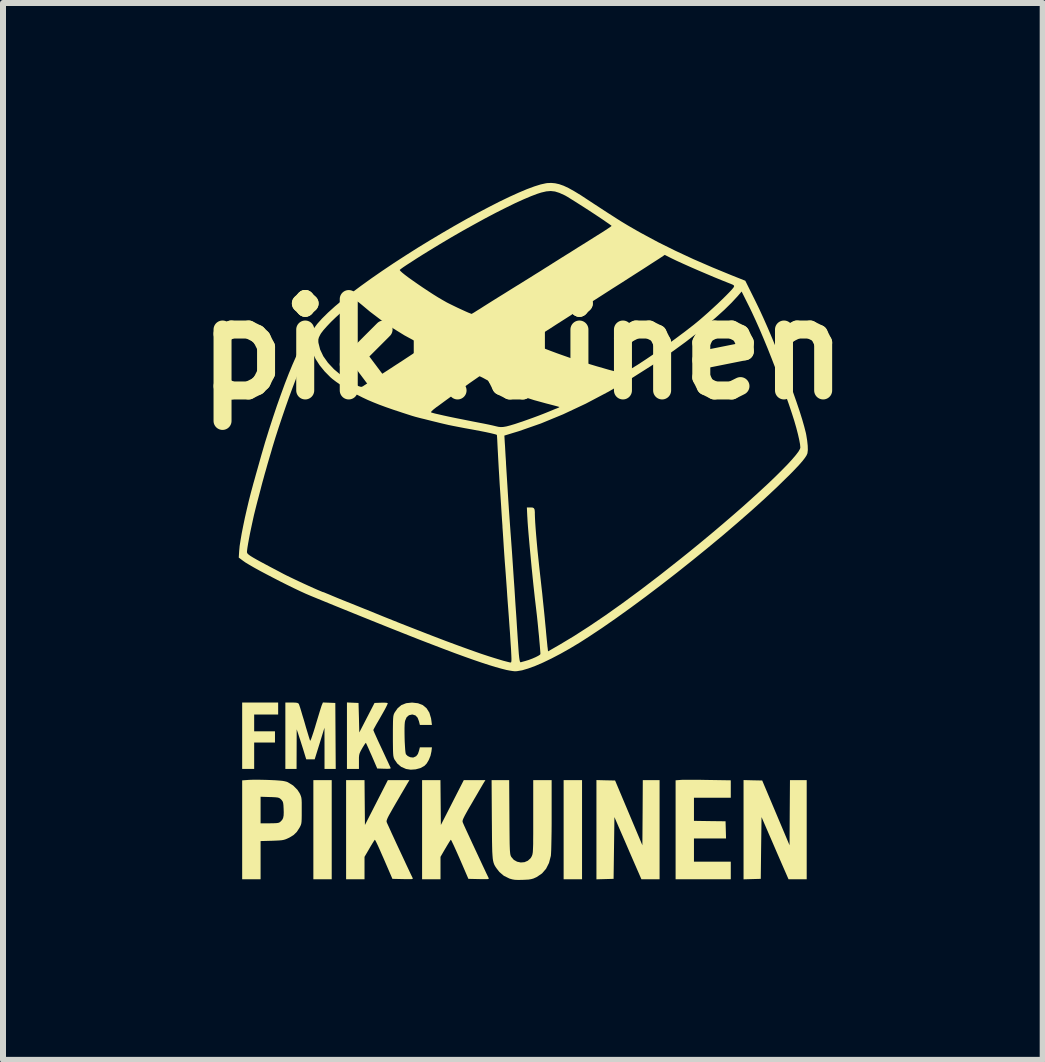
<source format=kicad_pcb>
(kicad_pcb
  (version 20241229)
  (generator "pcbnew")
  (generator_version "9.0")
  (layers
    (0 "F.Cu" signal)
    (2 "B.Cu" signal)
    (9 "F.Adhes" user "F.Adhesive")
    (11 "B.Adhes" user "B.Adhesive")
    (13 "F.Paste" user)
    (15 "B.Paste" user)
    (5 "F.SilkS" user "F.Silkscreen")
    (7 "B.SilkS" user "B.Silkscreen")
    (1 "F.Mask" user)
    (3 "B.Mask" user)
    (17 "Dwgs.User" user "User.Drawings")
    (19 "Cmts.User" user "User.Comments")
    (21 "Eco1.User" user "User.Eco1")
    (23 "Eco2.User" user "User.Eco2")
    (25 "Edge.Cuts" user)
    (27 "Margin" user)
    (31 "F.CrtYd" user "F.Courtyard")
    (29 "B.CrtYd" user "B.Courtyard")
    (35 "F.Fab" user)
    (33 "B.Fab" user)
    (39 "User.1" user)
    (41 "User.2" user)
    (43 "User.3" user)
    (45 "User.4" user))
  (footprint "pikkuinen"
    (layer "F.Cu")
    (at 5.668 2.771)
    (property "Reference" "pikkuinen" (at 0 0 0) (layer "F.SilkS") (effects (font (size 1.524 1.524) (thickness 0.3))))
    (attr board_only exclude_from_pos_files exclude_from_bom)
    (fp_poly (pts (xy -3.187 8.84) (xy -3.493 8.84) (xy -3.493 7.187) (xy -3.187 7.187)) (stroke (width 0) (type solid)) (fill yes) (layer "F.SilkS"))
    (fp_poly (pts (xy 0.987 8.84) (xy 0.68 8.84) (xy 0.68 7.187) (xy 0.987 7.187)) (stroke (width 0) (type solid)) (fill yes) (layer "F.SilkS"))
    (fp_poly (pts (xy -4.08 6.093) (xy -4.48 6.093) (xy -4.48 6.373) (xy -4.133 6.373) (xy -4.133 6.56) (xy -4.48 6.56) (xy -4.48 7) (xy -4.68 7) (xy -4.68 5.893) (xy -4.08 5.893)) (stroke (width 0) (type solid)) (fill yes) (layer "F.SilkS"))
    (fp_poly (pts (xy 3.836 7.19) (xy 3.991 7.193) (xy 4.447 8.273) (xy 4.45 7.73) (xy 4.454 7.187) (xy 4.733 7.187) (xy 4.733 8.84) (xy 4.43 8.84) (xy 4.324 8.597) (xy 4.284 8.505) (xy 4.237 8.397) (xy 4.188 8.283) (xy 4.14 8.172) (xy 4.099 8.078) (xy 3.98 7.803) (xy 3.973 8.318) (xy 3.967 8.833) (xy 3.68 8.841) (xy 3.68 7.186)) (stroke (width 0) (type solid)) (fill yes) (layer "F.SilkS"))
    (fp_poly (pts (xy 1.382 7.19) (xy 1.538 7.193) (xy 1.993 8.273) (xy 1.997 7.73) (xy 2 7.187) (xy 2.28 7.187) (xy 2.28 8.84) (xy 1.977 8.84) (xy 1.871 8.597) (xy 1.831 8.505) (xy 1.784 8.397) (xy 1.735 8.283) (xy 1.687 8.172) (xy 1.646 8.078) (xy 1.527 7.803) (xy 1.52 8.318) (xy 1.513 8.833) (xy 1.37 8.837) (xy 1.227 8.841) (xy 1.227 7.186)) (stroke (width 0) (type solid)) (fill yes) (layer "F.SilkS"))
    (fp_poly (pts (xy 2.873 7.181) (xy 2.97 7.182) (xy 3.073 7.184) (xy 3.083 7.184) (xy 3.467 7.19) (xy 3.467 7.48) (xy 2.853 7.48) (xy 2.853 7.866) (xy 3.117 7.87) (xy 3.38 7.873) (xy 3.388 8.16) (xy 2.853 8.16) (xy 2.853 8.547) (xy 3.467 8.547) (xy 3.467 8.84) (xy 2.547 8.84) (xy 2.547 7.19) (xy 2.623 7.184) (xy 2.656 7.182) (xy 2.711 7.181) (xy 2.785 7.181)) (stroke (width 0) (type solid)) (fill yes) (layer "F.SilkS"))
    (fp_poly (pts (xy -3.127 5.9) (xy -3.12 7) (xy -3.307 7) (xy -3.307 6.657) (xy -3.308 6.313) (xy -3.389 6.577) (xy -3.471 6.84) (xy -3.612 6.84) (xy -3.666 6.663) (xy -3.689 6.591) (xy -3.711 6.521) (xy -3.731 6.461) (xy -3.745 6.417) (xy -3.746 6.413) (xy -3.771 6.34) (xy -3.772 6.67) (xy -3.773 7) (xy -3.96 7) (xy -3.96 5.893) (xy -3.854 5.893) (xy -3.798 5.894) (xy -3.764 5.898) (xy -3.745 5.906) (xy -3.735 5.917) (xy -3.728 5.936) (xy -3.714 5.977) (xy -3.696 6.036) (xy -3.675 6.108) (xy -3.65 6.189) (xy -3.639 6.227) (xy -3.615 6.311) (xy -3.592 6.387) (xy -3.573 6.45) (xy -3.558 6.498) (xy -3.549 6.526) (xy -3.547 6.531) (xy -3.541 6.524) (xy -3.528 6.495) (xy -3.511 6.446) (xy -3.489 6.38) (xy -3.464 6.3) (xy -3.454 6.265) (xy -3.428 6.179) (xy -3.404 6.1) (xy -3.383 6.031) (xy -3.366 5.977) (xy -3.355 5.943) (xy -3.352 5.936) (xy -3.334 5.892)) (stroke (width 0) (type solid)) (fill yes) (layer "F.SilkS"))
    (fp_poly (pts (xy -2.837 5.896) (xy -2.74 5.9) (xy -2.733 6.146) (xy -2.727 6.392) (xy -2.6 6.146) (xy -2.473 5.9) (xy -2.368 5.896) (xy -2.317 5.895) (xy -2.277 5.897) (xy -2.254 5.902) (xy -2.253 5.903) (xy -2.256 5.917) (xy -2.271 5.95) (xy -2.296 5.999) (xy -2.329 6.059) (xy -2.368 6.127) (xy -2.407 6.195) (xy -2.442 6.255) (xy -2.469 6.304) (xy -2.487 6.337) (xy -2.493 6.352) (xy -2.488 6.366) (xy -2.473 6.402) (xy -2.449 6.455) (xy -2.419 6.522) (xy -2.383 6.599) (xy -2.352 6.665) (xy -2.313 6.749) (xy -2.278 6.825) (xy -2.247 6.89) (xy -2.224 6.941) (xy -2.209 6.973) (xy -2.204 6.984) (xy -2.206 6.992) (xy -2.224 6.997) (xy -2.261 6.998) (xy -2.312 6.997) (xy -2.428 6.993) (xy -2.519 6.782) (xy -2.55 6.713) (xy -2.576 6.653) (xy -2.598 6.605) (xy -2.612 6.575) (xy -2.617 6.565) (xy -2.626 6.573) (xy -2.644 6.599) (xy -2.669 6.639) (xy -2.678 6.655) (xy -2.704 6.701) (xy -2.72 6.736) (xy -2.729 6.769) (xy -2.733 6.809) (xy -2.733 6.865) (xy -2.733 6.875) (xy -2.733 7) (xy -2.933 7) (xy -2.933 5.892)) (stroke (width 0) (type solid)) (fill yes) (layer "F.SilkS"))
    (fp_poly (pts (xy -2.633 7.935) (xy -2.442 7.561) (xy -2.251 7.187) (xy -1.891 7.187) (xy -1.917 7.23) (xy -1.931 7.253) (xy -1.956 7.296) (xy -1.99 7.354) (xy -2.032 7.425) (xy -2.077 7.503) (xy -2.113 7.564) (xy -2.165 7.654) (xy -2.205 7.725) (xy -2.235 7.778) (xy -2.255 7.818) (xy -2.266 7.846) (xy -2.272 7.866) (xy -2.272 7.881) (xy -2.269 7.891) (xy -2.261 7.91) (xy -2.243 7.949) (xy -2.217 8.006) (xy -2.185 8.077) (xy -2.147 8.159) (xy -2.106 8.248) (xy -2.063 8.34) (xy -2.019 8.434) (xy -1.977 8.524) (xy -1.938 8.608) (xy -1.903 8.682) (xy -1.874 8.744) (xy -1.852 8.789) (xy -1.84 8.814) (xy -1.839 8.816) (xy -1.835 8.826) (xy -1.838 8.833) (xy -1.852 8.837) (xy -1.881 8.838) (xy -1.93 8.838) (xy -2 8.837) (xy -2.175 8.833) (xy -2.317 8.504) (xy -2.355 8.418) (xy -2.389 8.34) (xy -2.419 8.274) (xy -2.443 8.224) (xy -2.46 8.191) (xy -2.468 8.181) (xy -2.468 8.181) (xy -2.478 8.194) (xy -2.498 8.225) (xy -2.526 8.271) (xy -2.558 8.325) (xy -2.558 8.326) (xy -2.64 8.466) (xy -2.64 8.84) (xy -2.947 8.84) (xy -2.947 7.187) (xy -2.64 7.187)) (stroke (width 0) (type solid)) (fill yes) (layer "F.SilkS"))
    (fp_poly (pts (xy -1.367 7.935) (xy -1.176 7.561) (xy -0.985 7.187) (xy -0.624 7.187) (xy -0.651 7.23) (xy -0.665 7.253) (xy -0.69 7.296) (xy -0.724 7.354) (xy -0.765 7.425) (xy -0.811 7.503) (xy -0.846 7.564) (xy -0.899 7.654) (xy -0.939 7.725) (xy -0.968 7.778) (xy -0.988 7.818) (xy -1 7.846) (xy -1.005 7.866) (xy -1.005 7.881) (xy -1.002 7.891) (xy -0.994 7.91) (xy -0.977 7.949) (xy -0.951 8.006) (xy -0.918 8.077) (xy -0.88 8.159) (xy -0.839 8.248) (xy -0.796 8.34) (xy -0.752 8.434) (xy -0.71 8.524) (xy -0.671 8.608) (xy -0.636 8.682) (xy -0.607 8.744) (xy -0.585 8.789) (xy -0.573 8.814) (xy -0.572 8.816) (xy -0.568 8.826) (xy -0.571 8.833) (xy -0.585 8.837) (xy -0.615 8.838) (xy -0.663 8.838) (xy -0.733 8.837) (xy -0.908 8.833) (xy -1.05 8.504) (xy -1.088 8.418) (xy -1.123 8.34) (xy -1.153 8.274) (xy -1.177 8.224) (xy -1.193 8.191) (xy -1.201 8.181) (xy -1.201 8.181) (xy -1.211 8.194) (xy -1.231 8.225) (xy -1.259 8.271) (xy -1.291 8.325) (xy -1.292 8.326) (xy -1.373 8.466) (xy -1.373 8.84) (xy -1.68 8.84) (xy -1.68 7.187) (xy -1.374 7.187)) (stroke (width 0) (type solid)) (fill yes) (layer "F.SilkS"))
    (fp_poly (pts (xy -1.748 5.905) (xy -1.668 5.936) (xy -1.605 5.989) (xy -1.559 6.062) (xy -1.531 6.155) (xy -1.525 6.195) (xy -1.516 6.267) (xy -1.717 6.267) (xy -1.732 6.206) (xy -1.755 6.146) (xy -1.789 6.109) (xy -1.835 6.094) (xy -1.847 6.093) (xy -1.899 6.105) (xy -1.938 6.139) (xy -1.962 6.194) (xy -1.967 6.217) (xy -1.971 6.259) (xy -1.973 6.317) (xy -1.973 6.386) (xy -1.972 6.463) (xy -1.97 6.54) (xy -1.966 6.612) (xy -1.962 6.676) (xy -1.957 6.724) (xy -1.951 6.752) (xy -1.95 6.755) (xy -1.92 6.785) (xy -1.877 6.805) (xy -1.832 6.81) (xy -1.821 6.808) (xy -1.779 6.788) (xy -1.75 6.751) (xy -1.732 6.699) (xy -1.717 6.64) (xy -1.516 6.64) (xy -1.524 6.708) (xy -1.54 6.781) (xy -1.569 6.852) (xy -1.605 6.912) (xy -1.642 6.95) (xy -1.708 6.986) (xy -1.787 7.007) (xy -1.87 7.013) (xy -1.947 7.001) (xy -2.029 6.965) (xy -2.093 6.911) (xy -2.142 6.84) (xy -2.149 6.823) (xy -2.155 6.804) (xy -2.16 6.777) (xy -2.163 6.741) (xy -2.165 6.691) (xy -2.166 6.624) (xy -2.167 6.537) (xy -2.167 6.453) (xy -2.167 6.349) (xy -2.166 6.267) (xy -2.165 6.205) (xy -2.163 6.16) (xy -2.16 6.126) (xy -2.155 6.101) (xy -2.149 6.082) (xy -2.14 6.065) (xy -2.138 6.06) (xy -2.086 5.986) (xy -2.023 5.934) (xy -1.945 5.904) (xy -1.851 5.894) (xy -1.844 5.894)) (stroke (width 0) (type solid)) (fill yes) (layer "F.SilkS"))
    (fp_poly (pts (xy -4.366 7.181) (xy -4.278 7.183) (xy -4.22 7.185) (xy -4.129 7.189) (xy -4.06 7.194) (xy -4.008 7.199) (xy -3.97 7.206) (xy -3.939 7.214) (xy -3.919 7.222) (xy -3.831 7.276) (xy -3.759 7.348) (xy -3.722 7.405) (xy -3.709 7.432) (xy -3.7 7.456) (xy -3.693 7.482) (xy -3.689 7.516) (xy -3.687 7.563) (xy -3.687 7.628) (xy -3.687 7.693) (xy -3.687 7.775) (xy -3.688 7.835) (xy -3.69 7.878) (xy -3.694 7.909) (xy -3.701 7.934) (xy -3.712 7.958) (xy -3.726 7.984) (xy -3.769 8.05) (xy -3.821 8.101) (xy -3.889 8.143) (xy -3.92 8.158) (xy -3.952 8.172) (xy -3.984 8.182) (xy -4.02 8.189) (xy -4.067 8.193) (xy -4.131 8.196) (xy -4.183 8.198) (xy -4.373 8.203) (xy -4.373 8.84) (xy -4.68 8.84) (xy -4.68 7.907) (xy -4.373 7.907) (xy -4.222 7.907) (xy -4.156 7.906) (xy -4.11 7.904) (xy -4.08 7.9) (xy -4.06 7.893) (xy -4.043 7.881) (xy -4.036 7.874) (xy -4.012 7.848) (xy -3.997 7.818) (xy -3.989 7.778) (xy -3.987 7.722) (xy -3.989 7.661) (xy -3.992 7.604) (xy -3.997 7.566) (xy -4.006 7.541) (xy -4.021 7.52) (xy -4.03 7.51) (xy -4.048 7.494) (xy -4.065 7.484) (xy -4.089 7.477) (xy -4.125 7.473) (xy -4.178 7.47) (xy -4.22 7.469) (xy -4.373 7.464) (xy -4.373 7.907) (xy -4.68 7.907) (xy -4.68 7.191) (xy -4.57 7.183) (xy -4.519 7.181) (xy -4.449 7.18)) (stroke (width 0) (type solid)) (fill yes) (layer "F.SilkS"))
    (fp_poly (pts (xy -0.224 7.803) (xy -0.223 7.948) (xy -0.222 8.068) (xy -0.221 8.167) (xy -0.22 8.246) (xy -0.218 8.308) (xy -0.216 8.356) (xy -0.213 8.392) (xy -0.21 8.418) (xy -0.206 8.437) (xy -0.201 8.451) (xy -0.195 8.463) (xy -0.193 8.467) (xy -0.151 8.516) (xy -0.096 8.547) (xy -0.035 8.56) (xy 0.027 8.555) (xy 0.083 8.531) (xy 0.129 8.489) (xy 0.146 8.461) (xy 0.152 8.447) (xy 0.158 8.432) (xy 0.162 8.413) (xy 0.166 8.388) (xy 0.168 8.354) (xy 0.17 8.31) (xy 0.172 8.251) (xy 0.172 8.177) (xy 0.173 8.084) (xy 0.173 7.97) (xy 0.173 7.832) (xy 0.173 7.796) (xy 0.173 7.187) (xy 0.48 7.187) (xy 0.48 7.777) (xy 0.48 7.917) (xy 0.479 8.046) (xy 0.477 8.163) (xy 0.475 8.265) (xy 0.473 8.348) (xy 0.47 8.41) (xy 0.467 8.449) (xy 0.466 8.453) (xy 0.436 8.568) (xy 0.387 8.665) (xy 0.319 8.743) (xy 0.231 8.803) (xy 0.213 8.811) (xy 0.175 8.828) (xy 0.138 8.838) (xy 0.094 8.845) (xy 0.035 8.848) (xy -0.007 8.85) (xy -0.079 8.851) (xy -0.132 8.849) (xy -0.174 8.842) (xy -0.214 8.831) (xy -0.226 8.827) (xy -0.317 8.782) (xy -0.391 8.719) (xy -0.436 8.661) (xy -0.453 8.637) (xy -0.467 8.614) (xy -0.479 8.59) (xy -0.488 8.564) (xy -0.496 8.532) (xy -0.502 8.493) (xy -0.506 8.443) (xy -0.51 8.38) (xy -0.512 8.302) (xy -0.514 8.206) (xy -0.515 8.091) (xy -0.516 7.953) (xy -0.517 7.843) (xy -0.521 7.187) (xy -0.228 7.187)) (stroke (width 0) (type solid)) (fill yes) (layer "F.SilkS"))
    (fp_poly (pts (xy 0.538 -2.765) (xy 0.606 -2.75) (xy 0.68 -2.724) (xy 0.763 -2.685) (xy 0.858 -2.632) (xy 0.968 -2.565) (xy 1.053 -2.509) (xy 1.19 -2.419) (xy 1.308 -2.342) (xy 1.409 -2.276) (xy 1.497 -2.22) (xy 1.573 -2.171) (xy 1.641 -2.128) (xy 1.704 -2.09) (xy 1.764 -2.054) (xy 1.825 -2.019) (xy 1.889 -1.982) (xy 1.958 -1.943) (xy 1.993 -1.924) (xy 2.257 -1.782) (xy 2.543 -1.64) (xy 2.846 -1.499) (xy 3.164 -1.361) (xy 3.478 -1.232) (xy 3.709 -1.14) (xy 3.878 -0.8) (xy 3.944 -0.664) (xy 4.013 -0.514) (xy 4.085 -0.351) (xy 4.158 -0.179) (xy 4.231 -0.001) (xy 4.303 0.18) (xy 4.374 0.362) (xy 4.441 0.541) (xy 4.504 0.714) (xy 4.562 0.879) (xy 4.614 1.033) (xy 4.658 1.173) (xy 4.693 1.296) (xy 4.719 1.398) (xy 4.726 1.433) (xy 4.741 1.526) (xy 4.75 1.611) (xy 4.752 1.682) (xy 4.746 1.733) (xy 4.745 1.738) (xy 4.731 1.771) (xy 4.704 1.813) (xy 4.663 1.866) (xy 4.606 1.931) (xy 4.533 2.009) (xy 4.441 2.103) (xy 4.414 2.129) (xy 4.232 2.307) (xy 4.031 2.495) (xy 3.813 2.692) (xy 3.581 2.895) (xy 3.338 3.103) (xy 3.086 3.312) (xy 2.829 3.521) (xy 2.569 3.728) (xy 2.309 3.93) (xy 2.051 4.126) (xy 1.799 4.312) (xy 1.555 4.487) (xy 1.322 4.649) (xy 1.102 4.795) (xy 0.951 4.892) (xy 0.788 4.99) (xy 0.63 5.079) (xy 0.479 5.158) (xy 0.336 5.227) (xy 0.206 5.283) (xy 0.088 5.326) (xy -0.013 5.356) (xy -0.097 5.37) (xy -0.133 5.372) (xy -0.17 5.368) (xy -0.221 5.36) (xy -0.277 5.349) (xy -0.281 5.348) (xy -0.363 5.327) (xy -0.457 5.301) (xy -0.564 5.268) (xy -0.684 5.229) (xy -0.819 5.183) (xy -0.968 5.13) (xy -1.133 5.07) (xy -1.316 5.001) (xy -1.515 4.925) (xy -1.733 4.841) (xy -1.971 4.747) (xy -2.228 4.645) (xy -2.507 4.533) (xy -2.807 4.412) (xy -3.13 4.281) (xy -3.477 4.139) (xy -3.54 4.113) (xy -3.62 4.079) (xy -3.714 4.036) (xy -3.819 3.986) (xy -3.931 3.931) (xy -4.047 3.873) (xy -4.163 3.813) (xy -4.276 3.754) (xy -4.382 3.698) (xy -4.478 3.645) (xy -4.559 3.598) (xy -4.624 3.559) (xy -4.665 3.53) (xy -4.737 3.476) (xy -4.731 3.381) (xy -4.6 3.381) (xy -4.599 3.392) (xy -4.594 3.404) (xy -4.583 3.417) (xy -4.565 3.432) (xy -4.538 3.451) (xy -4.499 3.475) (xy -4.447 3.505) (xy -4.38 3.542) (xy -4.296 3.587) (xy -4.193 3.642) (xy -4.069 3.707) (xy -3.992 3.748) (xy -3.943 3.773) (xy -3.881 3.803) (xy -3.808 3.838) (xy -3.73 3.875) (xy -3.648 3.913) (xy -3.569 3.949) (xy -3.494 3.983) (xy -3.428 4.012) (xy -3.376 4.034) (xy -3.34 4.049) (xy -3.325 4.053) (xy -3.311 4.058) (xy -3.278 4.072) (xy -3.231 4.091) (xy -3.189 4.109) (xy -3.122 4.137) (xy -3.052 4.166) (xy -2.99 4.191) (xy -2.967 4.2) (xy -2.925 4.217) (xy -2.864 4.241) (xy -2.79 4.271) (xy -2.708 4.304) (xy -2.624 4.338) (xy -2.62 4.339) (xy -2.326 4.459) (xy -2.044 4.572) (xy -1.776 4.677) (xy -1.524 4.775) (xy -1.289 4.865) (xy -1.073 4.945) (xy -0.877 5.016) (xy -0.704 5.077) (xy -0.653 5.094) (xy -0.568 5.122) (xy -0.482 5.149) (xy -0.4 5.174) (xy -0.327 5.196) (xy -0.265 5.212) (xy -0.222 5.223) (xy -0.203 5.226) (xy -0.195 5.221) (xy -0.191 5.202) (xy -0.19 5.166) (xy -0.192 5.109) (xy -0.194 5.07) (xy -0.197 5.003) (xy -0.203 4.918) (xy -0.209 4.823) (xy -0.215 4.726) (xy -0.22 4.66) (xy -0.227 4.563) (xy -0.235 4.449) (xy -0.244 4.328) (xy -0.253 4.21) (xy -0.26 4.113) (xy -0.267 4.004) (xy -0.276 3.88) (xy -0.285 3.754) (xy -0.294 3.635) (xy -0.301 3.547) (xy -0.308 3.447) (xy -0.316 3.33) (xy -0.324 3.205) (xy -0.332 3.08) (xy -0.34 2.967) (xy -0.34 2.953) (xy -0.348 2.84) (xy -0.356 2.714) (xy -0.364 2.585) (xy -0.372 2.463) (xy -0.379 2.356) (xy -0.38 2.347) (xy -0.387 2.241) (xy -0.394 2.119) (xy -0.402 1.989) (xy -0.409 1.863) (xy -0.415 1.75) (xy -0.415 1.747) (xy -0.42 1.658) (xy -0.424 1.579) (xy -0.427 1.514) (xy -0.43 1.465) (xy -0.432 1.442) (xy -0.308 1.442) (xy -0.301 1.564) (xy -0.297 1.62) (xy -0.293 1.695) (xy -0.288 1.781) (xy -0.282 1.871) (xy -0.28 1.92) (xy -0.269 2.096) (xy -0.257 2.287) (xy -0.245 2.484) (xy -0.232 2.679) (xy -0.219 2.864) (xy -0.207 3.031) (xy -0.207 3.033) (xy -0.199 3.139) (xy -0.191 3.25) (xy -0.182 3.372) (xy -0.173 3.505) (xy -0.163 3.653) (xy -0.152 3.818) (xy -0.139 4.004) (xy -0.126 4.213) (xy -0.121 4.287) (xy -0.113 4.401) (xy -0.105 4.518) (xy -0.098 4.633) (xy -0.091 4.739) (xy -0.085 4.83) (xy -0.08 4.9) (xy -0.073 5.004) (xy -0.067 5.084) (xy -0.061 5.142) (xy -0.055 5.183) (xy -0.049 5.208) (xy -0.042 5.22) (xy -0.034 5.222) (xy -0.032 5.221) (xy -0.009 5.214) (xy 0.028 5.204) (xy 0.042 5.2) (xy 0.101 5.182) (xy 0.159 5.16) (xy 0.214 5.136) (xy 0.257 5.114) (xy 0.286 5.095) (xy 0.293 5.084) (xy 0.292 5.058) (xy 0.288 5.01) (xy 0.283 4.946) (xy 0.276 4.869) (xy 0.269 4.785) (xy 0.26 4.698) (xy 0.252 4.613) (xy 0.244 4.534) (xy 0.237 4.468) (xy 0.234 4.44) (xy 0.216 4.285) (xy 0.2 4.151) (xy 0.187 4.031) (xy 0.175 3.921) (xy 0.164 3.814) (xy 0.153 3.704) (xy 0.147 3.647) (xy 0.13 3.465) (xy 0.115 3.308) (xy 0.103 3.173) (xy 0.093 3.057) (xy 0.085 2.958) (xy 0.079 2.874) (xy 0.075 2.802) (xy 0.074 2.79) (xy 0.067 2.64) (xy 0.126 2.64) (xy 0.162 2.642) (xy 0.184 2.653) (xy 0.196 2.677) (xy 0.2 2.72) (xy 0.2 2.75) (xy 0.202 2.809) (xy 0.206 2.89) (xy 0.213 2.99) (xy 0.222 3.104) (xy 0.233 3.229) (xy 0.245 3.361) (xy 0.259 3.495) (xy 0.273 3.628) (xy 0.287 3.753) (xy 0.297 3.841) (xy 0.309 3.95) (xy 0.323 4.073) (xy 0.336 4.203) (xy 0.35 4.336) (xy 0.363 4.464) (xy 0.374 4.581) (xy 0.384 4.682) (xy 0.387 4.72) (xy 0.394 4.794) (xy 0.401 4.865) (xy 0.407 4.925) (xy 0.411 4.968) (xy 0.412 4.97) (xy 0.42 5.04) (xy 0.613 4.929) (xy 0.853 4.785) (xy 1.108 4.621) (xy 1.38 4.437) (xy 1.667 4.233) (xy 1.969 4.01) (xy 2.287 3.767) (xy 2.618 3.506) (xy 2.78 3.376) (xy 2.966 3.224) (xy 3.148 3.073) (xy 3.324 2.924) (xy 3.494 2.778) (xy 3.657 2.636) (xy 3.811 2.498) (xy 3.955 2.367) (xy 4.089 2.243) (xy 4.21 2.127) (xy 4.318 2.02) (xy 4.412 1.924) (xy 4.49 1.839) (xy 4.552 1.766) (xy 4.596 1.708) (xy 4.621 1.664) (xy 4.627 1.641) (xy 4.622 1.587) (xy 4.608 1.512) (xy 4.587 1.419) (xy 4.559 1.311) (xy 4.525 1.193) (xy 4.485 1.068) (xy 4.442 0.939) (xy 4.426 0.893) (xy 4.4 0.821) (xy 4.377 0.754) (xy 4.357 0.697) (xy 4.343 0.657) (xy 4.34 0.647) (xy 4.324 0.602) (xy 4.303 0.549) (xy 4.293 0.527) (xy 4.276 0.485) (xy 4.253 0.427) (xy 4.228 0.363) (xy 4.214 0.327) (xy 4.15 0.161) (xy 4.083 -0.008) (xy 4.014 -0.175) (xy 3.946 -0.335) (xy 3.88 -0.483) (xy 3.819 -0.615) (xy 3.779 -0.698) (xy 3.648 -0.96) (xy 3.582 -0.883) (xy 3.481 -0.774) (xy 3.359 -0.654) (xy 3.218 -0.527) (xy 3.062 -0.393) (xy 2.891 -0.256) (xy 2.711 -0.117) (xy 2.522 0.021) (xy 2.327 0.157) (xy 2.219 0.229) (xy 1.822 0.481) (xy 1.432 0.708) (xy 1.049 0.91) (xy 0.672 1.087) (xy 0.301 1.24) (xy -0.065 1.368) (xy -0.171 1.4) (xy -0.308 1.442) (xy -0.432 1.442) (xy -0.432 1.436) (xy -0.433 1.431) (xy -0.448 1.424) (xy -0.486 1.414) (xy -0.544 1.4) (xy -0.618 1.384) (xy -0.704 1.367) (xy -0.799 1.349) (xy -0.847 1.34) (xy -0.97 1.318) (xy -1.073 1.298) (xy -1.161 1.281) (xy -1.239 1.265) (xy -1.313 1.248) (xy -1.389 1.23) (xy -1.433 1.219) (xy -1.507 1.201) (xy -1.586 1.181) (xy -1.658 1.163) (xy -1.68 1.158) (xy -1.739 1.143) (xy -1.796 1.128) (xy -1.839 1.115) (xy -1.847 1.113) (xy -2.014 1.059) (xy -2.037 1.051) (xy -1.532 1.051) (xy -1.53 1.055) (xy -1.507 1.063) (xy -1.462 1.075) (xy -1.396 1.09) (xy -1.313 1.109) (xy -1.216 1.13) (xy -1.109 1.152) (xy -0.993 1.175) (xy -0.873 1.199) (xy -0.833 1.207) (xy -0.74 1.225) (xy -0.652 1.242) (xy -0.573 1.258) (xy -0.509 1.272) (xy -0.463 1.283) (xy -0.447 1.287) (xy -0.407 1.296) (xy -0.368 1.3) (xy -0.325 1.298) (xy -0.273 1.289) (xy -0.209 1.272) (xy -0.129 1.248) (xy -0.028 1.214) (xy -0.02 1.212) (xy 0.07 1.18) (xy 0.165 1.146) (xy 0.257 1.112) (xy 0.337 1.081) (xy 0.38 1.064) (xy 0.444 1.038) (xy 0.502 1.014) (xy 0.548 0.995) (xy 0.576 0.985) (xy 0.577 0.984) (xy 0.602 0.973) (xy 0.61 0.965) (xy 0.61 0.965) (xy 0.596 0.961) (xy 0.561 0.951) (xy 0.508 0.937) (xy 0.443 0.92) (xy 0.392 0.907) (xy 0.188 0.851) (xy 0.003 0.792) (xy -0.17 0.726) (xy -0.34 0.651) (xy -0.512 0.563) (xy -0.625 0.501) (xy -0.667 0.478) (xy -0.702 0.461) (xy -0.72 0.453) (xy -0.721 0.453) (xy -0.735 0.461) (xy -0.768 0.484) (xy -0.82 0.52) (xy -0.889 0.568) (xy -0.973 0.629) (xy -1.071 0.699) (xy -1.181 0.779) (xy -1.302 0.867) (xy -1.431 0.962) (xy -1.437 0.965) (xy -1.488 1.005) (xy -1.52 1.034) (xy -1.532 1.051) (xy -2.037 1.051) (xy -2.159 1.011) (xy -2.285 0.967) (xy -2.396 0.926) (xy -2.496 0.886) (xy -2.588 0.847) (xy -2.675 0.806) (xy -2.76 0.763) (xy -2.848 0.715) (xy -2.94 0.661) (xy -3.029 0.603) (xy -3.111 0.547) (xy -3.178 0.496) (xy -3.208 0.47) (xy -3.304 0.373) (xy -3.388 0.27) (xy -3.455 0.166) (xy -3.503 0.066) (xy -3.52 0.015) (xy -3.535 -0.044) (xy -3.59 0.055) (xy -3.629 0.131) (xy -3.674 0.23) (xy -3.725 0.349) (xy -3.779 0.485) (xy -3.836 0.634) (xy -3.895 0.793) (xy -3.954 0.96) (xy -4.013 1.132) (xy -4.071 1.305) (xy -4.126 1.476) (xy -4.177 1.643) (xy -4.193 1.7) (xy -4.23 1.824) (xy -4.26 1.927) (xy -4.284 2.013) (xy -4.305 2.085) (xy -4.322 2.148) (xy -4.338 2.205) (xy -4.353 2.261) (xy -4.368 2.319) (xy -4.368 2.32) (xy -4.388 2.396) (xy -4.408 2.472) (xy -4.426 2.539) (xy -4.439 2.59) (xy -4.44 2.593) (xy -4.461 2.677) (xy -4.484 2.77) (xy -4.506 2.87) (xy -4.528 2.972) (xy -4.549 3.072) (xy -4.567 3.166) (xy -4.582 3.248) (xy -4.593 3.316) (xy -4.599 3.364) (xy -4.6 3.381) (xy -4.731 3.381) (xy -4.729 3.355) (xy -4.722 3.281) (xy -4.707 3.186) (xy -4.688 3.074) (xy -4.663 2.948) (xy -4.635 2.813) (xy -4.603 2.673) (xy -4.57 2.533) (xy -4.535 2.395) (xy -4.5 2.266) (xy -4.496 2.25) (xy -4.474 2.173) (xy -4.45 2.086) (xy -4.427 2.005) (xy -4.42 1.98) (xy -4.36 1.767) (xy -4.298 1.554) (xy -4.233 1.345) (xy -4.167 1.141) (xy -4.101 0.944) (xy -4.034 0.756) (xy -3.969 0.578) (xy -3.905 0.413) (xy -3.843 0.263) (xy -3.784 0.129) (xy -3.729 0.013) (xy -3.679 -0.083) (xy -3.633 -0.156) (xy -3.629 -0.161) (xy -3.41 -0.161) (xy -3.41 -0.124) (xy -3.408 -0.104) (xy -3.38 0.007) (xy -3.327 0.119) (xy -3.249 0.229) (xy -3.149 0.336) (xy -3.027 0.438) (xy -2.941 0.498) (xy -2.856 0.553) (xy -2.79 0.592) (xy -2.741 0.617) (xy -2.706 0.628) (xy -2.683 0.628) (xy -2.68 0.626) (xy -2.663 0.617) (xy -2.628 0.594) (xy -2.575 0.56) (xy -2.508 0.517) (xy -2.429 0.466) (xy -2.342 0.41) (xy -2.258 0.356) (xy -2.125 0.269) (xy -2.012 0.196) (xy -1.918 0.134) (xy -1.842 0.084) (xy -1.781 0.043) (xy -1.735 0.011) (xy -1.702 -0.013) (xy -1.679 -0.03) (xy -1.666 -0.043) (xy -1.661 -0.051) (xy -1.661 -0.055) (xy -1.676 -0.066) (xy -1.709 -0.085) (xy -1.754 -0.11) (xy -1.774 -0.12) (xy 0.12 -0.12) (xy 0.132 -0.109) (xy 0.167 -0.091) (xy 0.221 -0.067) (xy 0.291 -0.037) (xy 0.375 -0.004) (xy 0.469 0.032) (xy 0.571 0.07) (xy 0.678 0.108) (xy 0.786 0.146) (xy 0.894 0.182) (xy 0.997 0.215) (xy 1.007 0.218) (xy 1.118 0.252) (xy 1.227 0.285) (xy 1.332 0.315) (xy 1.428 0.343) (xy 1.512 0.365) (xy 1.581 0.383) (xy 1.631 0.394) (xy 1.659 0.399) (xy 1.682 0.393) (xy 1.721 0.376) (xy 1.767 0.351) (xy 1.779 0.344) (xy 1.913 0.262) (xy 2.061 0.165) (xy 2.219 0.058) (xy 2.382 -0.056) (xy 2.545 -0.174) (xy 2.703 -0.292) (xy 2.85 -0.406) (xy 2.873 -0.425) (xy 2.939 -0.479) (xy 3.012 -0.542) (xy 3.09 -0.611) (xy 3.169 -0.683) (xy 3.247 -0.755) (xy 3.32 -0.825) (xy 3.386 -0.89) (xy 3.442 -0.947) (xy 3.485 -0.993) (xy 3.512 -1.026) (xy 3.517 -1.035) (xy 3.523 -1.05) (xy 3.519 -1.061) (xy 3.5 -1.074) (xy 3.462 -1.09) (xy 3.436 -1.1) (xy 3.323 -1.145) (xy 3.198 -1.196) (xy 3.066 -1.252) (xy 2.932 -1.309) (xy 2.801 -1.366) (xy 2.678 -1.421) (xy 2.568 -1.471) (xy 2.477 -1.515) (xy 2.453 -1.527) (xy 2.366 -1.571) (xy 2.313 -1.535) (xy 2.296 -1.524) (xy 2.272 -1.508) (xy 2.238 -1.486) (xy 2.194 -1.458) (xy 2.138 -1.422) (xy 2.069 -1.377) (xy 1.987 -1.324) (xy 1.888 -1.261) (xy 1.774 -1.188) (xy 1.642 -1.103) (xy 1.49 -1.007) (xy 1.319 -0.897) (xy 1.147 -0.787) (xy 0.969 -0.673) (xy 0.813 -0.573) (xy 0.677 -0.486) (xy 0.559 -0.411) (xy 0.459 -0.346) (xy 0.374 -0.292) (xy 0.304 -0.247) (xy 0.248 -0.21) (xy 0.204 -0.181) (xy 0.171 -0.159) (xy 0.147 -0.142) (xy 0.131 -0.131) (xy 0.123 -0.124) (xy 0.12 -0.121) (xy 0.12 -0.12) (xy -1.774 -0.12) (xy -1.784 -0.126) (xy -1.974 -0.229) (xy -2.17 -0.35) (xy -2.364 -0.484) (xy -2.55 -0.625) (xy -2.685 -0.738) (xy -2.734 -0.778) (xy -2.769 -0.801) (xy -2.789 -0.806) (xy -2.79 -0.805) (xy -2.806 -0.794) (xy -2.838 -0.768) (xy -2.883 -0.733) (xy -2.934 -0.691) (xy -2.947 -0.681) (xy -3.034 -0.607) (xy -3.119 -0.53) (xy -3.198 -0.454) (xy -3.267 -0.381) (xy -3.324 -0.317) (xy -3.365 -0.263) (xy -3.378 -0.241) (xy -3.4 -0.197) (xy -3.41 -0.161) (xy -3.629 -0.161) (xy -3.595 -0.204) (xy -3.553 -0.252) (xy -3.51 -0.308) (xy -3.485 -0.344) (xy -3.428 -0.421) (xy -3.349 -0.509) (xy -3.25 -0.607) (xy -3.133 -0.713) (xy -2.999 -0.825) (xy -2.867 -0.929) (xy -2.701 -1.053) (xy -2.526 -1.179) (xy -2.341 -1.307) (xy -2.323 -1.319) (xy -2.053 -1.319) (xy -2.042 -1.303) (xy -2.012 -1.275) (xy -1.965 -1.237) (xy -1.904 -1.191) (xy -1.832 -1.14) (xy -1.752 -1.084) (xy -1.667 -1.026) (xy -1.581 -0.969) (xy -1.495 -0.913) (xy -1.413 -0.862) (xy -1.338 -0.818) (xy -1.273 -0.781) (xy -1.26 -0.774) (xy -1.212 -0.75) (xy -1.153 -0.721) (xy -1.089 -0.69) (xy -1.024 -0.66) (xy -0.963 -0.632) (xy -0.911 -0.609) (xy -0.873 -0.594) (xy -0.855 -0.587) (xy -0.842 -0.594) (xy -0.811 -0.612) (xy -0.767 -0.64) (xy -0.712 -0.674) (xy -0.695 -0.685) (xy -0.648 -0.715) (xy -0.583 -0.756) (xy -0.502 -0.807) (xy -0.409 -0.865) (xy -0.307 -0.928) (xy -0.2 -0.995) (xy -0.092 -1.062) (xy -0.073 -1.073) (xy 0.029 -1.137) (xy 0.126 -1.197) (xy 0.215 -1.253) (xy 0.293 -1.301) (xy 0.357 -1.342) (xy 0.405 -1.372) (xy 0.435 -1.39) (xy 0.44 -1.394) (xy 0.454 -1.403) (xy 0.474 -1.415) (xy 0.501 -1.433) (xy 0.538 -1.456) (xy 0.586 -1.486) (xy 0.646 -1.524) (xy 0.72 -1.57) (xy 0.81 -1.626) (xy 0.917 -1.694) (xy 1.043 -1.772) (xy 1.189 -1.864) (xy 1.243 -1.898) (xy 1.314 -1.942) (xy 1.376 -1.982) (xy 1.426 -2.015) (xy 1.462 -2.04) (xy 1.479 -2.053) (xy 1.48 -2.054) (xy 1.469 -2.064) (xy 1.439 -2.086) (xy 1.392 -2.118) (xy 1.333 -2.159) (xy 1.263 -2.206) (xy 1.186 -2.257) (xy 1.105 -2.31) (xy 1.023 -2.363) (xy 0.943 -2.414) (xy 0.869 -2.461) (xy 0.803 -2.502) (xy 0.749 -2.536) (xy 0.709 -2.559) (xy 0.693 -2.567) (xy 0.609 -2.605) (xy 0.536 -2.628) (xy 0.465 -2.636) (xy 0.391 -2.63) (xy 0.305 -2.61) (xy 0.24 -2.589) (xy 0.137 -2.55) (xy 0.014 -2.498) (xy -0.127 -2.434) (xy -0.282 -2.358) (xy -0.449 -2.274) (xy -0.626 -2.181) (xy -0.81 -2.08) (xy -0.999 -1.975) (xy -1.19 -1.865) (xy -1.382 -1.751) (xy -1.553 -1.647) (xy -1.668 -1.576) (xy -1.771 -1.511) (xy -1.86 -1.453) (xy -1.935 -1.405) (xy -1.993 -1.366) (xy -2.033 -1.337) (xy -2.052 -1.321) (xy -2.053 -1.319) (xy -2.323 -1.319) (xy -2.149 -1.436) (xy -1.951 -1.564) (xy -1.751 -1.691) (xy -1.548 -1.815) (xy -1.345 -1.936) (xy -1.144 -2.053) (xy -0.946 -2.165) (xy -0.754 -2.27) (xy -0.568 -2.368) (xy -0.392 -2.458) (xy -0.226 -2.538) (xy -0.072 -2.608) (xy 0.068 -2.667) (xy 0.192 -2.713) (xy 0.298 -2.746) (xy 0.385 -2.765) (xy 0.405 -2.768) (xy 0.472 -2.771)) (stroke (width 0) (type solid)) (fill yes) (layer "F.SilkS")))
  (gr_rect
    (start -3 -3)
    (end 14.336 14.622)
    (stroke (width 0.1) (type default))
    (fill no)
    (layer "Edge.Cuts")))
</source>
